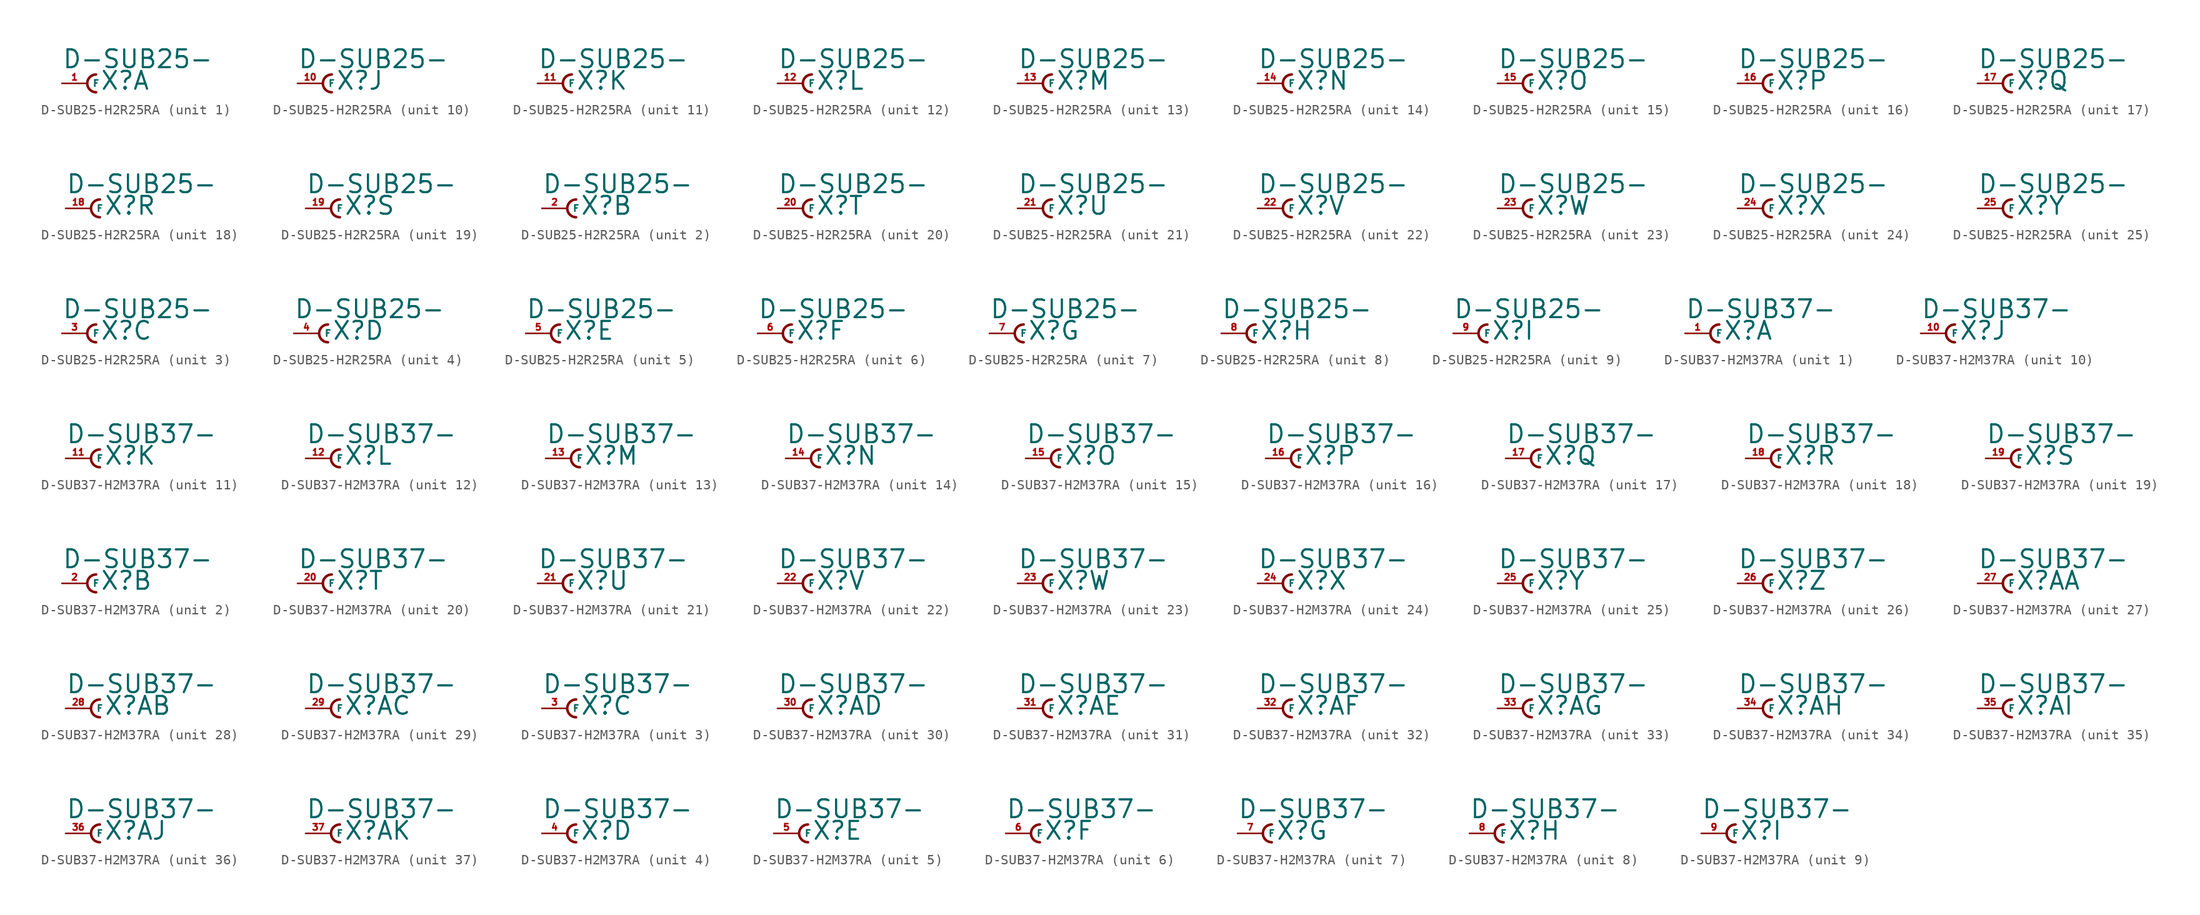
<source format=kicad_sym>
(kicad_symbol_lib
  (version 20220914)
  (generator Eagle2Kicad)
  (symbol "D-SUB25-H2R25RA"
    (property "Reference" "X"
      (at 1.27 -0.762 0)
      (effects (font (size 1.778 1.778) (thickness 0.22)) (justify left bottom)))
    (property "Value" "D-SUB25-"
      (at -2.54 1.397 0)
      (effects (font (size 1.778 1.778) (thickness 0.22)) (justify left bottom)))
    (symbol "D-SUB25-H2R25RA_1_0"
      (arc (start 0.889 0.889) (mid 0.000 0.000) (end 0.889 -0.889) (stroke (width 0.254) (type default)) (fill (type none)))
      (pin passive line (at -2.54 0 0) (length 2.54) (name "F" (effects (font (size 0.635 0.635) (thickness 0.08)) (justify left bottom))) (number "1" (effects (font (size 0.635 0.635) (thickness 0.08)) (justify left bottom)))))
    (symbol "D-SUB25-H2R25RA_2_0"
      (arc (start 0.889 0.889) (mid 0.000 0.000) (end 0.889 -0.889) (stroke (width 0.254) (type default)) (fill (type none)))
      (pin passive line (at -2.54 0 0) (length 2.54) (name "F" (effects (font (size 0.635 0.635) (thickness 0.08)) (justify left bottom))) (number "2" (effects (font (size 0.635 0.635) (thickness 0.08)) (justify left bottom)))))
    (symbol "D-SUB25-H2R25RA_3_0"
      (arc (start 0.889 0.889) (mid 0.000 0.000) (end 0.889 -0.889) (stroke (width 0.254) (type default)) (fill (type none)))
      (pin passive line (at -2.54 0 0) (length 2.54) (name "F" (effects (font (size 0.635 0.635) (thickness 0.08)) (justify left bottom))) (number "3" (effects (font (size 0.635 0.635) (thickness 0.08)) (justify left bottom)))))
    (symbol "D-SUB25-H2R25RA_4_0"
      (arc (start 0.889 0.889) (mid 0.000 0.000) (end 0.889 -0.889) (stroke (width 0.254) (type default)) (fill (type none)))
      (pin passive line (at -2.54 0 0) (length 2.54) (name "F" (effects (font (size 0.635 0.635) (thickness 0.08)) (justify left bottom))) (number "4" (effects (font (size 0.635 0.635) (thickness 0.08)) (justify left bottom)))))
    (symbol "D-SUB25-H2R25RA_5_0"
      (arc (start 0.889 0.889) (mid 0.000 0.000) (end 0.889 -0.889) (stroke (width 0.254) (type default)) (fill (type none)))
      (pin passive line (at -2.54 0 0) (length 2.54) (name "F" (effects (font (size 0.635 0.635) (thickness 0.08)) (justify left bottom))) (number "5" (effects (font (size 0.635 0.635) (thickness 0.08)) (justify left bottom)))))
    (symbol "D-SUB25-H2R25RA_6_0"
      (arc (start 0.889 0.889) (mid 0.000 0.000) (end 0.889 -0.889) (stroke (width 0.254) (type default)) (fill (type none)))
      (pin passive line (at -2.54 0 0) (length 2.54) (name "F" (effects (font (size 0.635 0.635) (thickness 0.08)) (justify left bottom))) (number "6" (effects (font (size 0.635 0.635) (thickness 0.08)) (justify left bottom)))))
    (symbol "D-SUB25-H2R25RA_7_0"
      (arc (start 0.889 0.889) (mid 0.000 0.000) (end 0.889 -0.889) (stroke (width 0.254) (type default)) (fill (type none)))
      (pin passive line (at -2.54 0 0) (length 2.54) (name "F" (effects (font (size 0.635 0.635) (thickness 0.08)) (justify left bottom))) (number "7" (effects (font (size 0.635 0.635) (thickness 0.08)) (justify left bottom)))))
    (symbol "D-SUB25-H2R25RA_8_0"
      (arc (start 0.889 0.889) (mid 0.000 0.000) (end 0.889 -0.889) (stroke (width 0.254) (type default)) (fill (type none)))
      (pin passive line (at -2.54 0 0) (length 2.54) (name "F" (effects (font (size 0.635 0.635) (thickness 0.08)) (justify left bottom))) (number "8" (effects (font (size 0.635 0.635) (thickness 0.08)) (justify left bottom)))))
    (symbol "D-SUB25-H2R25RA_9_0"
      (arc (start 0.889 0.889) (mid 0.000 0.000) (end 0.889 -0.889) (stroke (width 0.254) (type default)) (fill (type none)))
      (pin passive line (at -2.54 0 0) (length 2.54) (name "F" (effects (font (size 0.635 0.635) (thickness 0.08)) (justify left bottom))) (number "9" (effects (font (size 0.635 0.635) (thickness 0.08)) (justify left bottom)))))
    (symbol "D-SUB25-H2R25RA_10_0"
      (arc (start 0.889 0.889) (mid 0.000 0.000) (end 0.889 -0.889) (stroke (width 0.254) (type default)) (fill (type none)))
      (pin passive line (at -2.54 0 0) (length 2.54) (name "F" (effects (font (size 0.635 0.635) (thickness 0.08)) (justify left bottom))) (number "10" (effects (font (size 0.635 0.635) (thickness 0.08)) (justify left bottom)))))
    (symbol "D-SUB25-H2R25RA_11_0"
      (arc (start 0.889 0.889) (mid 0.000 0.000) (end 0.889 -0.889) (stroke (width 0.254) (type default)) (fill (type none)))
      (pin passive line (at -2.54 0 0) (length 2.54) (name "F" (effects (font (size 0.635 0.635) (thickness 0.08)) (justify left bottom))) (number "11" (effects (font (size 0.635 0.635) (thickness 0.08)) (justify left bottom)))))
    (symbol "D-SUB25-H2R25RA_12_0"
      (arc (start 0.889 0.889) (mid 0.000 0.000) (end 0.889 -0.889) (stroke (width 0.254) (type default)) (fill (type none)))
      (pin passive line (at -2.54 0 0) (length 2.54) (name "F" (effects (font (size 0.635 0.635) (thickness 0.08)) (justify left bottom))) (number "12" (effects (font (size 0.635 0.635) (thickness 0.08)) (justify left bottom)))))
    (symbol "D-SUB25-H2R25RA_13_0"
      (arc (start 0.889 0.889) (mid 0.000 0.000) (end 0.889 -0.889) (stroke (width 0.254) (type default)) (fill (type none)))
      (pin passive line (at -2.54 0 0) (length 2.54) (name "F" (effects (font (size 0.635 0.635) (thickness 0.08)) (justify left bottom))) (number "13" (effects (font (size 0.635 0.635) (thickness 0.08)) (justify left bottom)))))
    (symbol "D-SUB25-H2R25RA_14_0"
      (arc (start 0.889 0.889) (mid 0.000 0.000) (end 0.889 -0.889) (stroke (width 0.254) (type default)) (fill (type none)))
      (pin passive line (at -2.54 0 0) (length 2.54) (name "F" (effects (font (size 0.635 0.635) (thickness 0.08)) (justify left bottom))) (number "14" (effects (font (size 0.635 0.635) (thickness 0.08)) (justify left bottom)))))
    (symbol "D-SUB25-H2R25RA_15_0"
      (arc (start 0.889 0.889) (mid 0.000 0.000) (end 0.889 -0.889) (stroke (width 0.254) (type default)) (fill (type none)))
      (pin passive line (at -2.54 0 0) (length 2.54) (name "F" (effects (font (size 0.635 0.635) (thickness 0.08)) (justify left bottom))) (number "15" (effects (font (size 0.635 0.635) (thickness 0.08)) (justify left bottom)))))
    (symbol "D-SUB25-H2R25RA_16_0"
      (arc (start 0.889 0.889) (mid 0.000 0.000) (end 0.889 -0.889) (stroke (width 0.254) (type default)) (fill (type none)))
      (pin passive line (at -2.54 0 0) (length 2.54) (name "F" (effects (font (size 0.635 0.635) (thickness 0.08)) (justify left bottom))) (number "16" (effects (font (size 0.635 0.635) (thickness 0.08)) (justify left bottom)))))
    (symbol "D-SUB25-H2R25RA_17_0"
      (arc (start 0.889 0.889) (mid 0.000 0.000) (end 0.889 -0.889) (stroke (width 0.254) (type default)) (fill (type none)))
      (pin passive line (at -2.54 0 0) (length 2.54) (name "F" (effects (font (size 0.635 0.635) (thickness 0.08)) (justify left bottom))) (number "17" (effects (font (size 0.635 0.635) (thickness 0.08)) (justify left bottom)))))
    (symbol "D-SUB25-H2R25RA_18_0"
      (arc (start 0.889 0.889) (mid 0.000 0.000) (end 0.889 -0.889) (stroke (width 0.254) (type default)) (fill (type none)))
      (pin passive line (at -2.54 0 0) (length 2.54) (name "F" (effects (font (size 0.635 0.635) (thickness 0.08)) (justify left bottom))) (number "18" (effects (font (size 0.635 0.635) (thickness 0.08)) (justify left bottom)))))
    (symbol "D-SUB25-H2R25RA_19_0"
      (arc (start 0.889 0.889) (mid 0.000 0.000) (end 0.889 -0.889) (stroke (width 0.254) (type default)) (fill (type none)))
      (pin passive line (at -2.54 0 0) (length 2.54) (name "F" (effects (font (size 0.635 0.635) (thickness 0.08)) (justify left bottom))) (number "19" (effects (font (size 0.635 0.635) (thickness 0.08)) (justify left bottom)))))
    (symbol "D-SUB25-H2R25RA_20_0"
      (arc (start 0.889 0.889) (mid 0.000 0.000) (end 0.889 -0.889) (stroke (width 0.254) (type default)) (fill (type none)))
      (pin passive line (at -2.54 0 0) (length 2.54) (name "F" (effects (font (size 0.635 0.635) (thickness 0.08)) (justify left bottom))) (number "20" (effects (font (size 0.635 0.635) (thickness 0.08)) (justify left bottom)))))
    (symbol "D-SUB25-H2R25RA_21_0"
      (arc (start 0.889 0.889) (mid 0.000 0.000) (end 0.889 -0.889) (stroke (width 0.254) (type default)) (fill (type none)))
      (pin passive line (at -2.54 0 0) (length 2.54) (name "F" (effects (font (size 0.635 0.635) (thickness 0.08)) (justify left bottom))) (number "21" (effects (font (size 0.635 0.635) (thickness 0.08)) (justify left bottom)))))
    (symbol "D-SUB25-H2R25RA_22_0"
      (arc (start 0.889 0.889) (mid 0.000 0.000) (end 0.889 -0.889) (stroke (width 0.254) (type default)) (fill (type none)))
      (pin passive line (at -2.54 0 0) (length 2.54) (name "F" (effects (font (size 0.635 0.635) (thickness 0.08)) (justify left bottom))) (number "22" (effects (font (size 0.635 0.635) (thickness 0.08)) (justify left bottom)))))
    (symbol "D-SUB25-H2R25RA_23_0"
      (arc (start 0.889 0.889) (mid 0.000 0.000) (end 0.889 -0.889) (stroke (width 0.254) (type default)) (fill (type none)))
      (pin passive line (at -2.54 0 0) (length 2.54) (name "F" (effects (font (size 0.635 0.635) (thickness 0.08)) (justify left bottom))) (number "23" (effects (font (size 0.635 0.635) (thickness 0.08)) (justify left bottom)))))
    (symbol "D-SUB25-H2R25RA_24_0"
      (arc (start 0.889 0.889) (mid 0.000 0.000) (end 0.889 -0.889) (stroke (width 0.254) (type default)) (fill (type none)))
      (pin passive line (at -2.54 0 0) (length 2.54) (name "F" (effects (font (size 0.635 0.635) (thickness 0.08)) (justify left bottom))) (number "24" (effects (font (size 0.635 0.635) (thickness 0.08)) (justify left bottom)))))
    (symbol "D-SUB25-H2R25RA_25_0"
      (arc (start 0.889 0.889) (mid 0.000 0.000) (end 0.889 -0.889) (stroke (width 0.254) (type default)) (fill (type none)))
      (pin passive line (at -2.54 0 0) (length 2.54) (name "F" (effects (font (size 0.635 0.635) (thickness 0.08)) (justify left bottom))) (number "25" (effects (font (size 0.635 0.635) (thickness 0.08)) (justify left bottom))))))
  (symbol "D-SUB37-H2M37RA"
    (property "Reference" "X"
      (at 1.27 -0.762 0)
      (effects (font (size 1.778 1.778) (thickness 0.22)) (justify left bottom)))
    (property "Value" "D-SUB37-"
      (at -2.54 1.397 0)
      (effects (font (size 1.778 1.778) (thickness 0.22)) (justify left bottom)))
    (symbol "D-SUB37-H2M37RA_1_0"
      (arc (start 0.889 0.889) (mid 0.000 0.000) (end 0.889 -0.889) (stroke (width 0.254) (type default)) (fill (type none)))
      (pin passive line (at -2.54 0 0) (length 2.54) (name "F" (effects (font (size 0.635 0.635) (thickness 0.08)) (justify left bottom))) (number "1" (effects (font (size 0.635 0.635) (thickness 0.08)) (justify left bottom)))))
    (symbol "D-SUB37-H2M37RA_2_0"
      (arc (start 0.889 0.889) (mid 0.000 0.000) (end 0.889 -0.889) (stroke (width 0.254) (type default)) (fill (type none)))
      (pin passive line (at -2.54 0 0) (length 2.54) (name "F" (effects (font (size 0.635 0.635) (thickness 0.08)) (justify left bottom))) (number "2" (effects (font (size 0.635 0.635) (thickness 0.08)) (justify left bottom)))))
    (symbol "D-SUB37-H2M37RA_3_0"
      (arc (start 0.889 0.889) (mid 0.000 0.000) (end 0.889 -0.889) (stroke (width 0.254) (type default)) (fill (type none)))
      (pin passive line (at -2.54 0 0) (length 2.54) (name "F" (effects (font (size 0.635 0.635) (thickness 0.08)) (justify left bottom))) (number "3" (effects (font (size 0.635 0.635) (thickness 0.08)) (justify left bottom)))))
    (symbol "D-SUB37-H2M37RA_4_0"
      (arc (start 0.889 0.889) (mid 0.000 0.000) (end 0.889 -0.889) (stroke (width 0.254) (type default)) (fill (type none)))
      (pin passive line (at -2.54 0 0) (length 2.54) (name "F" (effects (font (size 0.635 0.635) (thickness 0.08)) (justify left bottom))) (number "4" (effects (font (size 0.635 0.635) (thickness 0.08)) (justify left bottom)))))
    (symbol "D-SUB37-H2M37RA_5_0"
      (arc (start 0.889 0.889) (mid 0.000 0.000) (end 0.889 -0.889) (stroke (width 0.254) (type default)) (fill (type none)))
      (pin passive line (at -2.54 0 0) (length 2.54) (name "F" (effects (font (size 0.635 0.635) (thickness 0.08)) (justify left bottom))) (number "5" (effects (font (size 0.635 0.635) (thickness 0.08)) (justify left bottom)))))
    (symbol "D-SUB37-H2M37RA_6_0"
      (arc (start 0.889 0.889) (mid 0.000 0.000) (end 0.889 -0.889) (stroke (width 0.254) (type default)) (fill (type none)))
      (pin passive line (at -2.54 0 0) (length 2.54) (name "F" (effects (font (size 0.635 0.635) (thickness 0.08)) (justify left bottom))) (number "6" (effects (font (size 0.635 0.635) (thickness 0.08)) (justify left bottom)))))
    (symbol "D-SUB37-H2M37RA_7_0"
      (arc (start 0.889 0.889) (mid 0.000 0.000) (end 0.889 -0.889) (stroke (width 0.254) (type default)) (fill (type none)))
      (pin passive line (at -2.54 0 0) (length 2.54) (name "F" (effects (font (size 0.635 0.635) (thickness 0.08)) (justify left bottom))) (number "7" (effects (font (size 0.635 0.635) (thickness 0.08)) (justify left bottom)))))
    (symbol "D-SUB37-H2M37RA_8_0"
      (arc (start 0.889 0.889) (mid 0.000 0.000) (end 0.889 -0.889) (stroke (width 0.254) (type default)) (fill (type none)))
      (pin passive line (at -2.54 0 0) (length 2.54) (name "F" (effects (font (size 0.635 0.635) (thickness 0.08)) (justify left bottom))) (number "8" (effects (font (size 0.635 0.635) (thickness 0.08)) (justify left bottom)))))
    (symbol "D-SUB37-H2M37RA_9_0"
      (arc (start 0.889 0.889) (mid 0.000 0.000) (end 0.889 -0.889) (stroke (width 0.254) (type default)) (fill (type none)))
      (pin passive line (at -2.54 0 0) (length 2.54) (name "F" (effects (font (size 0.635 0.635) (thickness 0.08)) (justify left bottom))) (number "9" (effects (font (size 0.635 0.635) (thickness 0.08)) (justify left bottom)))))
    (symbol "D-SUB37-H2M37RA_10_0"
      (arc (start 0.889 0.889) (mid 0.000 0.000) (end 0.889 -0.889) (stroke (width 0.254) (type default)) (fill (type none)))
      (pin passive line (at -2.54 0 0) (length 2.54) (name "F" (effects (font (size 0.635 0.635) (thickness 0.08)) (justify left bottom))) (number "10" (effects (font (size 0.635 0.635) (thickness 0.08)) (justify left bottom)))))
    (symbol "D-SUB37-H2M37RA_11_0"
      (arc (start 0.889 0.889) (mid 0.000 0.000) (end 0.889 -0.889) (stroke (width 0.254) (type default)) (fill (type none)))
      (pin passive line (at -2.54 0 0) (length 2.54) (name "F" (effects (font (size 0.635 0.635) (thickness 0.08)) (justify left bottom))) (number "11" (effects (font (size 0.635 0.635) (thickness 0.08)) (justify left bottom)))))
    (symbol "D-SUB37-H2M37RA_12_0"
      (arc (start 0.889 0.889) (mid 0.000 0.000) (end 0.889 -0.889) (stroke (width 0.254) (type default)) (fill (type none)))
      (pin passive line (at -2.54 0 0) (length 2.54) (name "F" (effects (font (size 0.635 0.635) (thickness 0.08)) (justify left bottom))) (number "12" (effects (font (size 0.635 0.635) (thickness 0.08)) (justify left bottom)))))
    (symbol "D-SUB37-H2M37RA_13_0"
      (arc (start 0.889 0.889) (mid 0.000 0.000) (end 0.889 -0.889) (stroke (width 0.254) (type default)) (fill (type none)))
      (pin passive line (at -2.54 0 0) (length 2.54) (name "F" (effects (font (size 0.635 0.635) (thickness 0.08)) (justify left bottom))) (number "13" (effects (font (size 0.635 0.635) (thickness 0.08)) (justify left bottom)))))
    (symbol "D-SUB37-H2M37RA_14_0"
      (arc (start 0.889 0.889) (mid 0.000 0.000) (end 0.889 -0.889) (stroke (width 0.254) (type default)) (fill (type none)))
      (pin passive line (at -2.54 0 0) (length 2.54) (name "F" (effects (font (size 0.635 0.635) (thickness 0.08)) (justify left bottom))) (number "14" (effects (font (size 0.635 0.635) (thickness 0.08)) (justify left bottom)))))
    (symbol "D-SUB37-H2M37RA_15_0"
      (arc (start 0.889 0.889) (mid 0.000 0.000) (end 0.889 -0.889) (stroke (width 0.254) (type default)) (fill (type none)))
      (pin passive line (at -2.54 0 0) (length 2.54) (name "F" (effects (font (size 0.635 0.635) (thickness 0.08)) (justify left bottom))) (number "15" (effects (font (size 0.635 0.635) (thickness 0.08)) (justify left bottom)))))
    (symbol "D-SUB37-H2M37RA_16_0"
      (arc (start 0.889 0.889) (mid 0.000 0.000) (end 0.889 -0.889) (stroke (width 0.254) (type default)) (fill (type none)))
      (pin passive line (at -2.54 0 0) (length 2.54) (name "F" (effects (font (size 0.635 0.635) (thickness 0.08)) (justify left bottom))) (number "16" (effects (font (size 0.635 0.635) (thickness 0.08)) (justify left bottom)))))
    (symbol "D-SUB37-H2M37RA_17_0"
      (arc (start 0.889 0.889) (mid 0.000 0.000) (end 0.889 -0.889) (stroke (width 0.254) (type default)) (fill (type none)))
      (pin passive line (at -2.54 0 0) (length 2.54) (name "F" (effects (font (size 0.635 0.635) (thickness 0.08)) (justify left bottom))) (number "17" (effects (font (size 0.635 0.635) (thickness 0.08)) (justify left bottom)))))
    (symbol "D-SUB37-H2M37RA_18_0"
      (arc (start 0.889 0.889) (mid 0.000 0.000) (end 0.889 -0.889) (stroke (width 0.254) (type default)) (fill (type none)))
      (pin passive line (at -2.54 0 0) (length 2.54) (name "F" (effects (font (size 0.635 0.635) (thickness 0.08)) (justify left bottom))) (number "18" (effects (font (size 0.635 0.635) (thickness 0.08)) (justify left bottom)))))
    (symbol "D-SUB37-H2M37RA_19_0"
      (arc (start 0.889 0.889) (mid 0.000 0.000) (end 0.889 -0.889) (stroke (width 0.254) (type default)) (fill (type none)))
      (pin passive line (at -2.54 0 0) (length 2.54) (name "F" (effects (font (size 0.635 0.635) (thickness 0.08)) (justify left bottom))) (number "19" (effects (font (size 0.635 0.635) (thickness 0.08)) (justify left bottom)))))
    (symbol "D-SUB37-H2M37RA_20_0"
      (arc (start 0.889 0.889) (mid 0.000 0.000) (end 0.889 -0.889) (stroke (width 0.254) (type default)) (fill (type none)))
      (pin passive line (at -2.54 0 0) (length 2.54) (name "F" (effects (font (size 0.635 0.635) (thickness 0.08)) (justify left bottom))) (number "20" (effects (font (size 0.635 0.635) (thickness 0.08)) (justify left bottom)))))
    (symbol "D-SUB37-H2M37RA_21_0"
      (arc (start 0.889 0.889) (mid 0.000 0.000) (end 0.889 -0.889) (stroke (width 0.254) (type default)) (fill (type none)))
      (pin passive line (at -2.54 0 0) (length 2.54) (name "F" (effects (font (size 0.635 0.635) (thickness 0.08)) (justify left bottom))) (number "21" (effects (font (size 0.635 0.635) (thickness 0.08)) (justify left bottom)))))
    (symbol "D-SUB37-H2M37RA_22_0"
      (arc (start 0.889 0.889) (mid 0.000 0.000) (end 0.889 -0.889) (stroke (width 0.254) (type default)) (fill (type none)))
      (pin passive line (at -2.54 0 0) (length 2.54) (name "F" (effects (font (size 0.635 0.635) (thickness 0.08)) (justify left bottom))) (number "22" (effects (font (size 0.635 0.635) (thickness 0.08)) (justify left bottom)))))
    (symbol "D-SUB37-H2M37RA_23_0"
      (arc (start 0.889 0.889) (mid 0.000 0.000) (end 0.889 -0.889) (stroke (width 0.254) (type default)) (fill (type none)))
      (pin passive line (at -2.54 0 0) (length 2.54) (name "F" (effects (font (size 0.635 0.635) (thickness 0.08)) (justify left bottom))) (number "23" (effects (font (size 0.635 0.635) (thickness 0.08)) (justify left bottom)))))
    (symbol "D-SUB37-H2M37RA_24_0"
      (arc (start 0.889 0.889) (mid 0.000 0.000) (end 0.889 -0.889) (stroke (width 0.254) (type default)) (fill (type none)))
      (pin passive line (at -2.54 0 0) (length 2.54) (name "F" (effects (font (size 0.635 0.635) (thickness 0.08)) (justify left bottom))) (number "24" (effects (font (size 0.635 0.635) (thickness 0.08)) (justify left bottom)))))
    (symbol "D-SUB37-H2M37RA_25_0"
      (arc (start 0.889 0.889) (mid 0.000 0.000) (end 0.889 -0.889) (stroke (width 0.254) (type default)) (fill (type none)))
      (pin passive line (at -2.54 0 0) (length 2.54) (name "F" (effects (font (size 0.635 0.635) (thickness 0.08)) (justify left bottom))) (number "25" (effects (font (size 0.635 0.635) (thickness 0.08)) (justify left bottom)))))
    (symbol "D-SUB37-H2M37RA_26_0"
      (arc (start 0.889 0.889) (mid 0.000 0.000) (end 0.889 -0.889) (stroke (width 0.254) (type default)) (fill (type none)))
      (pin passive line (at -2.54 0 0) (length 2.54) (name "F" (effects (font (size 0.635 0.635) (thickness 0.08)) (justify left bottom))) (number "26" (effects (font (size 0.635 0.635) (thickness 0.08)) (justify left bottom)))))
    (symbol "D-SUB37-H2M37RA_27_0"
      (arc (start 0.889 0.889) (mid 0.000 0.000) (end 0.889 -0.889) (stroke (width 0.254) (type default)) (fill (type none)))
      (pin passive line (at -2.54 0 0) (length 2.54) (name "F" (effects (font (size 0.635 0.635) (thickness 0.08)) (justify left bottom))) (number "27" (effects (font (size 0.635 0.635) (thickness 0.08)) (justify left bottom)))))
    (symbol "D-SUB37-H2M37RA_28_0"
      (arc (start 0.889 0.889) (mid 0.000 0.000) (end 0.889 -0.889) (stroke (width 0.254) (type default)) (fill (type none)))
      (pin passive line (at -2.54 0 0) (length 2.54) (name "F" (effects (font (size 0.635 0.635) (thickness 0.08)) (justify left bottom))) (number "28" (effects (font (size 0.635 0.635) (thickness 0.08)) (justify left bottom)))))
    (symbol "D-SUB37-H2M37RA_29_0"
      (arc (start 0.889 0.889) (mid 0.000 0.000) (end 0.889 -0.889) (stroke (width 0.254) (type default)) (fill (type none)))
      (pin passive line (at -2.54 0 0) (length 2.54) (name "F" (effects (font (size 0.635 0.635) (thickness 0.08)) (justify left bottom))) (number "29" (effects (font (size 0.635 0.635) (thickness 0.08)) (justify left bottom)))))
    (symbol "D-SUB37-H2M37RA_30_0"
      (arc (start 0.889 0.889) (mid 0.000 0.000) (end 0.889 -0.889) (stroke (width 0.254) (type default)) (fill (type none)))
      (pin passive line (at -2.54 0 0) (length 2.54) (name "F" (effects (font (size 0.635 0.635) (thickness 0.08)) (justify left bottom))) (number "30" (effects (font (size 0.635 0.635) (thickness 0.08)) (justify left bottom)))))
    (symbol "D-SUB37-H2M37RA_31_0"
      (arc (start 0.889 0.889) (mid 0.000 0.000) (end 0.889 -0.889) (stroke (width 0.254) (type default)) (fill (type none)))
      (pin passive line (at -2.54 0 0) (length 2.54) (name "F" (effects (font (size 0.635 0.635) (thickness 0.08)) (justify left bottom))) (number "31" (effects (font (size 0.635 0.635) (thickness 0.08)) (justify left bottom)))))
    (symbol "D-SUB37-H2M37RA_32_0"
      (arc (start 0.889 0.889) (mid 0.000 0.000) (end 0.889 -0.889) (stroke (width 0.254) (type default)) (fill (type none)))
      (pin passive line (at -2.54 0 0) (length 2.54) (name "F" (effects (font (size 0.635 0.635) (thickness 0.08)) (justify left bottom))) (number "32" (effects (font (size 0.635 0.635) (thickness 0.08)) (justify left bottom)))))
    (symbol "D-SUB37-H2M37RA_33_0"
      (arc (start 0.889 0.889) (mid 0.000 0.000) (end 0.889 -0.889) (stroke (width 0.254) (type default)) (fill (type none)))
      (pin passive line (at -2.54 0 0) (length 2.54) (name "F" (effects (font (size 0.635 0.635) (thickness 0.08)) (justify left bottom))) (number "33" (effects (font (size 0.635 0.635) (thickness 0.08)) (justify left bottom)))))
    (symbol "D-SUB37-H2M37RA_34_0"
      (arc (start 0.889 0.889) (mid 0.000 0.000) (end 0.889 -0.889) (stroke (width 0.254) (type default)) (fill (type none)))
      (pin passive line (at -2.54 0 0) (length 2.54) (name "F" (effects (font (size 0.635 0.635) (thickness 0.08)) (justify left bottom))) (number "34" (effects (font (size 0.635 0.635) (thickness 0.08)) (justify left bottom)))))
    (symbol "D-SUB37-H2M37RA_35_0"
      (arc (start 0.889 0.889) (mid 0.000 0.000) (end 0.889 -0.889) (stroke (width 0.254) (type default)) (fill (type none)))
      (pin passive line (at -2.54 0 0) (length 2.54) (name "F" (effects (font (size 0.635 0.635) (thickness 0.08)) (justify left bottom))) (number "35" (effects (font (size 0.635 0.635) (thickness 0.08)) (justify left bottom)))))
    (symbol "D-SUB37-H2M37RA_36_0"
      (arc (start 0.889 0.889) (mid 0.000 0.000) (end 0.889 -0.889) (stroke (width 0.254) (type default)) (fill (type none)))
      (pin passive line (at -2.54 0 0) (length 2.54) (name "F" (effects (font (size 0.635 0.635) (thickness 0.08)) (justify left bottom))) (number "36" (effects (font (size 0.635 0.635) (thickness 0.08)) (justify left bottom)))))
    (symbol "D-SUB37-H2M37RA_37_0"
      (arc (start 0.889 0.889) (mid 0.000 0.000) (end 0.889 -0.889) (stroke (width 0.254) (type default)) (fill (type none)))
      (pin passive line (at -2.54 0 0) (length 2.54) (name "F" (effects (font (size 0.635 0.635) (thickness 0.08)) (justify left bottom))) (number "37" (effects (font (size 0.635 0.635) (thickness 0.08)) (justify left bottom)))))))
</source>
